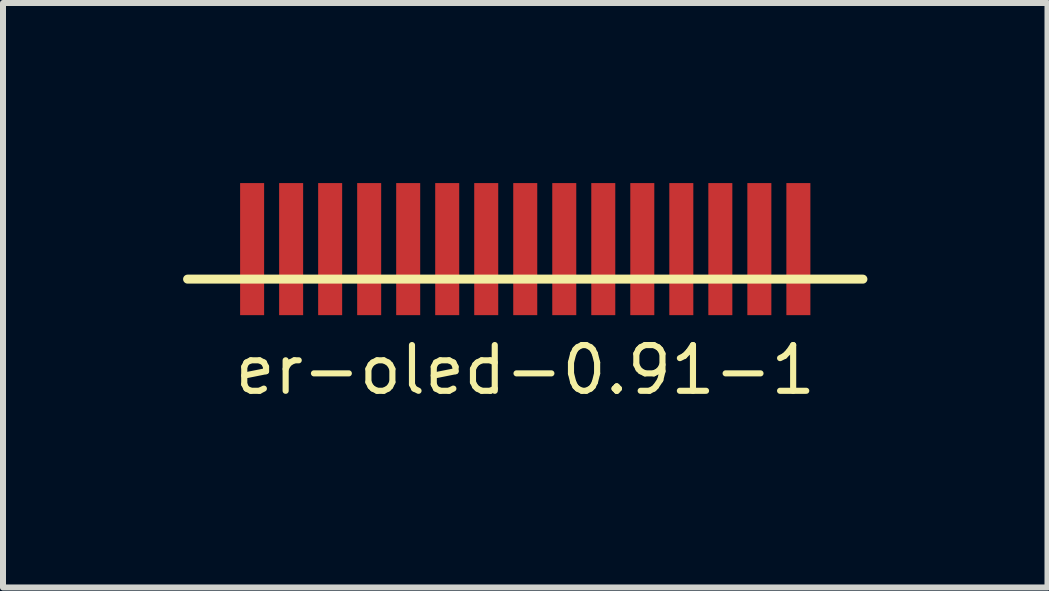
<source format=kicad_pcb>
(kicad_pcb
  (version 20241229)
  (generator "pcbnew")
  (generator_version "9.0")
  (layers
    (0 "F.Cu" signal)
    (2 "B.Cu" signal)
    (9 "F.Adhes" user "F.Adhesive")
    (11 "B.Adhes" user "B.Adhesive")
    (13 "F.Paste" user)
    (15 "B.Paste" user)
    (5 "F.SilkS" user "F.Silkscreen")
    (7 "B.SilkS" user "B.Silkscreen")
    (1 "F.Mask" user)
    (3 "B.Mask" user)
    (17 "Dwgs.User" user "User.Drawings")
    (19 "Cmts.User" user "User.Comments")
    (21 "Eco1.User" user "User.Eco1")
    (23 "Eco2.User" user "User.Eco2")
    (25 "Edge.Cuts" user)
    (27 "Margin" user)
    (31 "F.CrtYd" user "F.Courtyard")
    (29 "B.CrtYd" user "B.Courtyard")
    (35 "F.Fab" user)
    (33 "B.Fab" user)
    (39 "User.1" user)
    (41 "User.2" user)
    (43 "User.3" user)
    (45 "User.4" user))
  (footprint "er-oled-0.91-1"
    (layer "F.Cu")
    (at 5.7 0.7)
    (property "Reference" "er-oled-0.91-1" (at 0 2.413 0) (layer "F.SilkS") (effects (font (size 0.762 0.762) (thickness 0.102))))
    (attr through_hole)
    (fp_line (start -5.625 0.9) (end 5.625 0.9) (stroke (width 0.15) (type solid)) (layer "F.SilkS"))
    (pad "1" smd rect (at -4.55 0.4) (size 0.4 2.2) (layers "F.Cu" "F.Mask" "F.Paste"))
    (pad "2" smd rect (at -3.9 0.4) (size 0.4 2.2) (layers "F.Cu" "F.Mask" "F.Paste"))
    (pad "3" smd rect (at -3.25 0.4) (size 0.4 2.2) (layers "F.Cu" "F.Mask" "F.Paste"))
    (pad "4" smd rect (at -2.6 0.4) (size 0.4 2.2) (layers "F.Cu" "F.Mask" "F.Paste"))
    (pad "5" smd rect (at -1.95 0.4) (size 0.4 2.2) (layers "F.Cu" "F.Mask" "F.Paste"))
    (pad "6" smd rect (at -1.3 0.4) (size 0.4 2.2) (layers "F.Cu" "F.Mask" "F.Paste"))
    (pad "7" smd rect (at -0.65 0.4) (size 0.4 2.2) (layers "F.Cu" "F.Mask" "F.Paste"))
    (pad "8" smd rect (at 0 0.4) (size 0.4 2.2) (layers "F.Cu" "F.Mask" "F.Paste"))
    (pad "9" smd rect (at 0.65 0.4) (size 0.4 2.2) (layers "F.Cu" "F.Mask" "F.Paste"))
    (pad "10" smd rect (at 1.3 0.4) (size 0.4 2.2) (layers "F.Cu" "F.Mask" "F.Paste"))
    (pad "11" smd rect (at 1.95 0.4) (size 0.4 2.2) (layers "F.Cu" "F.Mask" "F.Paste"))
    (pad "12" smd rect (at 2.6 0.4) (size 0.4 2.2) (layers "F.Cu" "F.Mask" "F.Paste"))
    (pad "13" smd rect (at 3.25 0.4) (size 0.4 2.2) (layers "F.Cu" "F.Mask" "F.Paste"))
    (pad "14" smd rect (at 3.9 0.4) (size 0.4 2.2) (layers "F.Cu" "F.Mask" "F.Paste"))
    (pad "15" smd rect (at 4.55 0.4) (size 0.4 2.2) (layers "F.Cu" "F.Mask" "F.Paste")))
  (gr_rect
    (start -3 -3)
    (end 14.4 6.737)
    (stroke (width 0.1) (type default))
    (fill no)
    (layer "Edge.Cuts")))
</source>
